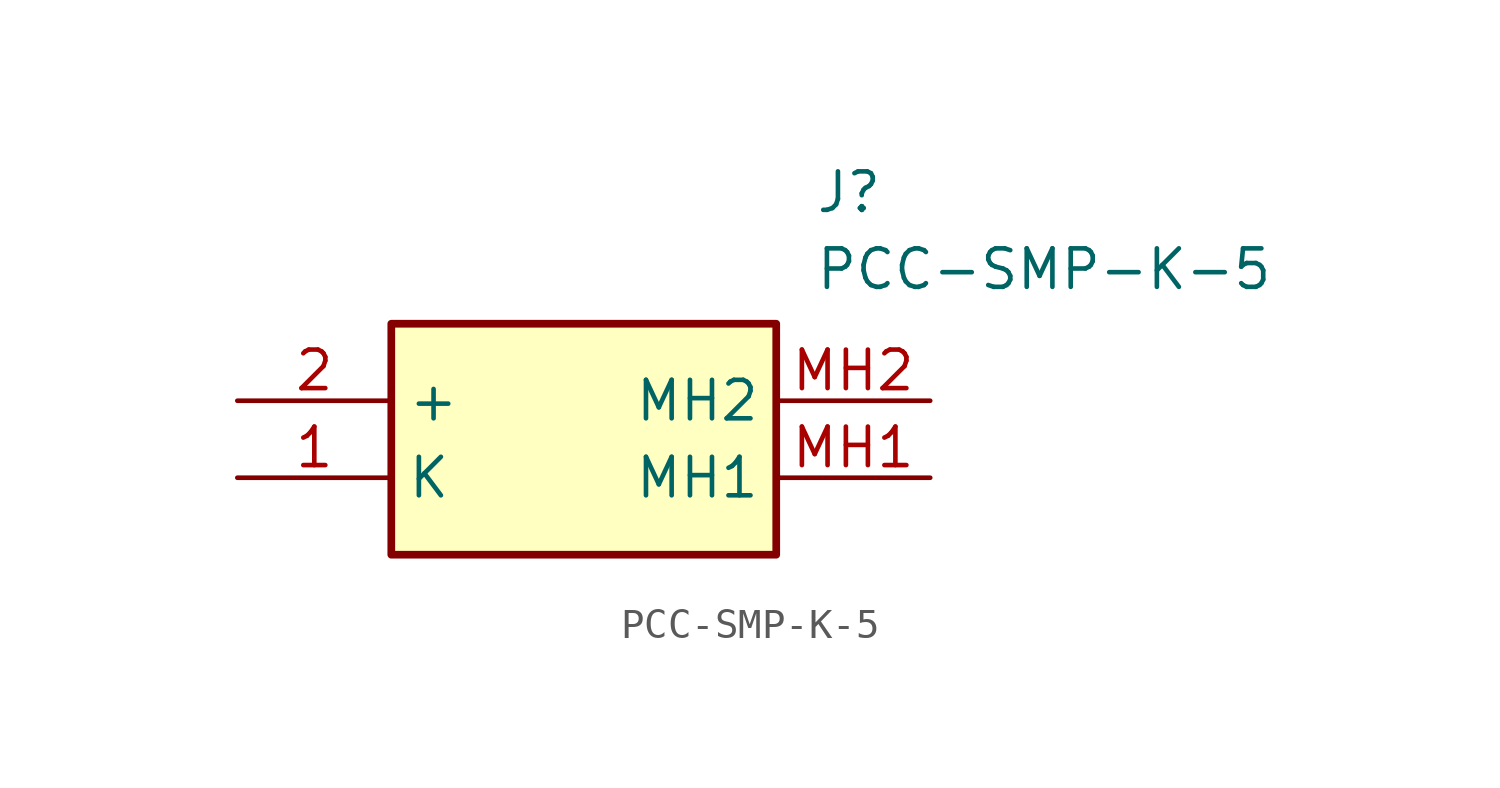
<source format=kicad_sym>
(kicad_symbol_lib
  (version 20241209)
  (generator "kicad_symbol_editor")
  (generator_version "9.0")
  (symbol "PCC-SMP-K-5"
    (property "Reference" "J"
      (at 19.05 7.62 0)
      (effects (font (size 1.27 1.27)) (justify left top)))
    (property "Value" "PCC-SMP-K-5"
      (at 19.05 5.08 0)
      (effects (font (size 1.27 1.27)) (justify left top)))
    (symbol "PCC-SMP-K-5_1_1"
      (rectangle (start 5.08 2.54) (end 17.78 -5.08) (stroke (width 0.254) (type default)) (fill (type background)))
      (pin passive line (at 0 0 0) (length 5.08) (name "+" (effects (font (size 1.27 1.27)))) (number "2" (effects (font (size 1.27 1.27)))))
      (pin passive line (at 0 -2.54 0) (length 5.08) (name "K" (effects (font (size 1.27 1.27)))) (number "1" (effects (font (size 1.27 1.27)))))
      (pin passive line (at 22.86 0 180) (length 5.08) (name "MH2" (effects (font (size 1.27 1.27)))) (number "MH2" (effects (font (size 1.27 1.27)))))
      (pin passive line (at 22.86 -2.54 180) (length 5.08) (name "MH1" (effects (font (size 1.27 1.27)))) (number "MH1" (effects (font (size 1.27 1.27))))))))
</source>
